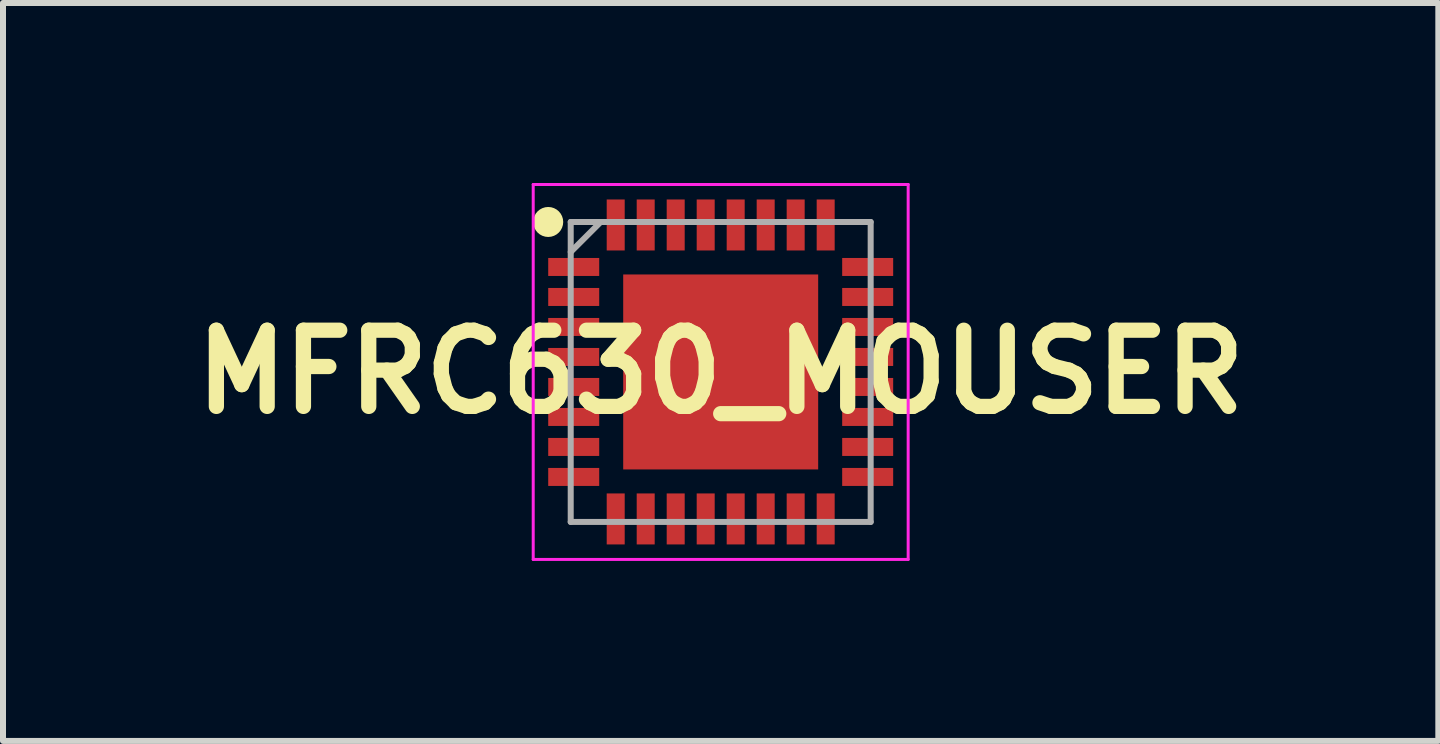
<source format=kicad_pcb>
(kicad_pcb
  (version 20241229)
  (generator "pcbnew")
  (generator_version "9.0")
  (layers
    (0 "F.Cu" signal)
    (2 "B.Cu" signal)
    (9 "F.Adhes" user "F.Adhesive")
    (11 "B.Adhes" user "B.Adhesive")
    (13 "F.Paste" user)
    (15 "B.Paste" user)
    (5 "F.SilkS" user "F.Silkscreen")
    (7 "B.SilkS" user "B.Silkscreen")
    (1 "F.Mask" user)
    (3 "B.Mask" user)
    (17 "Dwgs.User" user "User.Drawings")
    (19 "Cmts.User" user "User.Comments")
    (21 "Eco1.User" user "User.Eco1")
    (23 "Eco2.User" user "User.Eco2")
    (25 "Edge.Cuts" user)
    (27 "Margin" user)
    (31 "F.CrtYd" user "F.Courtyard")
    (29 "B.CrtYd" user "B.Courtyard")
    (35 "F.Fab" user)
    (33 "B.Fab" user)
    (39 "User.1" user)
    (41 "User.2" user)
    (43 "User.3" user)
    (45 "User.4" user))
  (footprint "MFRC630_MOUSER"
    (layer "F.Cu")
    (at 8.963 3.15)
    (property "Reference" "MFRC630_MOUSER" (at 0 0 0) (layer "F.SilkS") (effects (font (size 1.27 1.27) (thickness 0.254))))
    (attr smd)
    (fp_circle (center -2.875 -2.5) (end -2.875 -2.375) (stroke (width 0.25) (type solid)) (fill no) (layer "F.SilkS"))
    (fp_line (start -3.125 -3.125) (end 3.125 -3.125) (stroke (width 0.05) (type solid)) (layer "F.CrtYd"))
    (fp_line (start -3.125 3.125) (end -3.125 -3.125) (stroke (width 0.05) (type solid)) (layer "F.CrtYd"))
    (fp_line (start 3.125 -3.125) (end 3.125 3.125) (stroke (width 0.05) (type solid)) (layer "F.CrtYd"))
    (fp_line (start 3.125 3.125) (end -3.125 3.125) (stroke (width 0.05) (type solid)) (layer "F.CrtYd"))
    (fp_line (start -2.5 -2.5) (end 2.5 -2.5) (stroke (width 0.1) (type solid)) (layer "F.Fab"))
    (fp_line (start -2.5 -2) (end -2 -2.5) (stroke (width 0.1) (type solid)) (layer "F.Fab"))
    (fp_line (start -2.5 2.5) (end -2.5 -2.5) (stroke (width 0.1) (type solid)) (layer "F.Fab"))
    (fp_line (start 2.5 -2.5) (end 2.5 2.5) (stroke (width 0.1) (type solid)) (layer "F.Fab"))
    (fp_line (start 2.5 2.5) (end -2.5 2.5) (stroke (width 0.1) (type solid)) (layer "F.Fab"))
    (pad "1" smd rect (at -2.45 -1.75 90) (size 0.3 0.85) (layers "F.Cu" "F.Mask" "F.Paste"))
    (pad "2" smd rect (at -2.45 -1.25 90) (size 0.3 0.85) (layers "F.Cu" "F.Mask" "F.Paste"))
    (pad "3" smd rect (at -2.45 -0.75 90) (size 0.3 0.85) (layers "F.Cu" "F.Mask" "F.Paste"))
    (pad "4" smd rect (at -2.45 -0.25 90) (size 0.3 0.85) (layers "F.Cu" "F.Mask" "F.Paste"))
    (pad "5" smd rect (at -2.45 0.25 90) (size 0.3 0.85) (layers "F.Cu" "F.Mask" "F.Paste"))
    (pad "6" smd rect (at -2.45 0.75 90) (size 0.3 0.85) (layers "F.Cu" "F.Mask" "F.Paste"))
    (pad "7" smd rect (at -2.45 1.25 90) (size 0.3 0.85) (layers "F.Cu" "F.Mask" "F.Paste"))
    (pad "8" smd rect (at -2.45 1.75 90) (size 0.3 0.85) (layers "F.Cu" "F.Mask" "F.Paste"))
    (pad "9" smd rect (at -1.75 2.45) (size 0.3 0.85) (layers "F.Cu" "F.Mask" "F.Paste"))
    (pad "10" smd rect (at -1.25 2.45) (size 0.3 0.85) (layers "F.Cu" "F.Mask" "F.Paste"))
    (pad "11" smd rect (at -0.75 2.45) (size 0.3 0.85) (layers "F.Cu" "F.Mask" "F.Paste"))
    (pad "12" smd rect (at -0.25 2.45) (size 0.3 0.85) (layers "F.Cu" "F.Mask" "F.Paste"))
    (pad "13" smd rect (at 0.25 2.45) (size 0.3 0.85) (layers "F.Cu" "F.Mask" "F.Paste"))
    (pad "14" smd rect (at 0.75 2.45) (size 0.3 0.85) (layers "F.Cu" "F.Mask" "F.Paste"))
    (pad "15" smd rect (at 1.25 2.45) (size 0.3 0.85) (layers "F.Cu" "F.Mask" "F.Paste"))
    (pad "16" smd rect (at 1.75 2.45) (size 0.3 0.85) (layers "F.Cu" "F.Mask" "F.Paste"))
    (pad "17" smd rect (at 2.45 1.75 90) (size 0.3 0.85) (layers "F.Cu" "F.Mask" "F.Paste"))
    (pad "18" smd rect (at 2.45 1.25 90) (size 0.3 0.85) (layers "F.Cu" "F.Mask" "F.Paste"))
    (pad "19" smd rect (at 2.45 0.75 90) (size 0.3 0.85) (layers "F.Cu" "F.Mask" "F.Paste"))
    (pad "20" smd rect (at 2.45 0.25 90) (size 0.3 0.85) (layers "F.Cu" "F.Mask" "F.Paste"))
    (pad "21" smd rect (at 2.45 -0.25 90) (size 0.3 0.85) (layers "F.Cu" "F.Mask" "F.Paste"))
    (pad "22" smd rect (at 2.45 -0.75 90) (size 0.3 0.85) (layers "F.Cu" "F.Mask" "F.Paste"))
    (pad "23" smd rect (at 2.45 -1.25 90) (size 0.3 0.85) (layers "F.Cu" "F.Mask" "F.Paste"))
    (pad "24" smd rect (at 2.45 -1.75 90) (size 0.3 0.85) (layers "F.Cu" "F.Mask" "F.Paste"))
    (pad "25" smd rect (at 1.75 -2.45) (size 0.3 0.85) (layers "F.Cu" "F.Mask" "F.Paste"))
    (pad "26" smd rect (at 1.25 -2.45) (size 0.3 0.85) (layers "F.Cu" "F.Mask" "F.Paste"))
    (pad "27" smd rect (at 0.75 -2.45) (size 0.3 0.85) (layers "F.Cu" "F.Mask" "F.Paste"))
    (pad "28" smd rect (at 0.25 -2.45) (size 0.3 0.85) (layers "F.Cu" "F.Mask" "F.Paste"))
    (pad "29" smd rect (at -0.25 -2.45) (size 0.3 0.85) (layers "F.Cu" "F.Mask" "F.Paste"))
    (pad "30" smd rect (at -0.75 -2.45) (size 0.3 0.85) (layers "F.Cu" "F.Mask" "F.Paste"))
    (pad "31" smd rect (at -1.25 -2.45) (size 0.3 0.85) (layers "F.Cu" "F.Mask" "F.Paste"))
    (pad "32" smd rect (at -1.75 -2.45) (size 0.3 0.85) (layers "F.Cu" "F.Mask" "F.Paste"))
    (pad "33" smd rect (at 0 0) (size 3.25 3.25) (layers "F.Cu" "F.Mask" "F.Paste")))
  (gr_rect
    (start -3 -3)
    (end 20.925 9.3)
    (stroke (width 0.1) (type default))
    (fill no)
    (layer "Edge.Cuts")))
</source>
